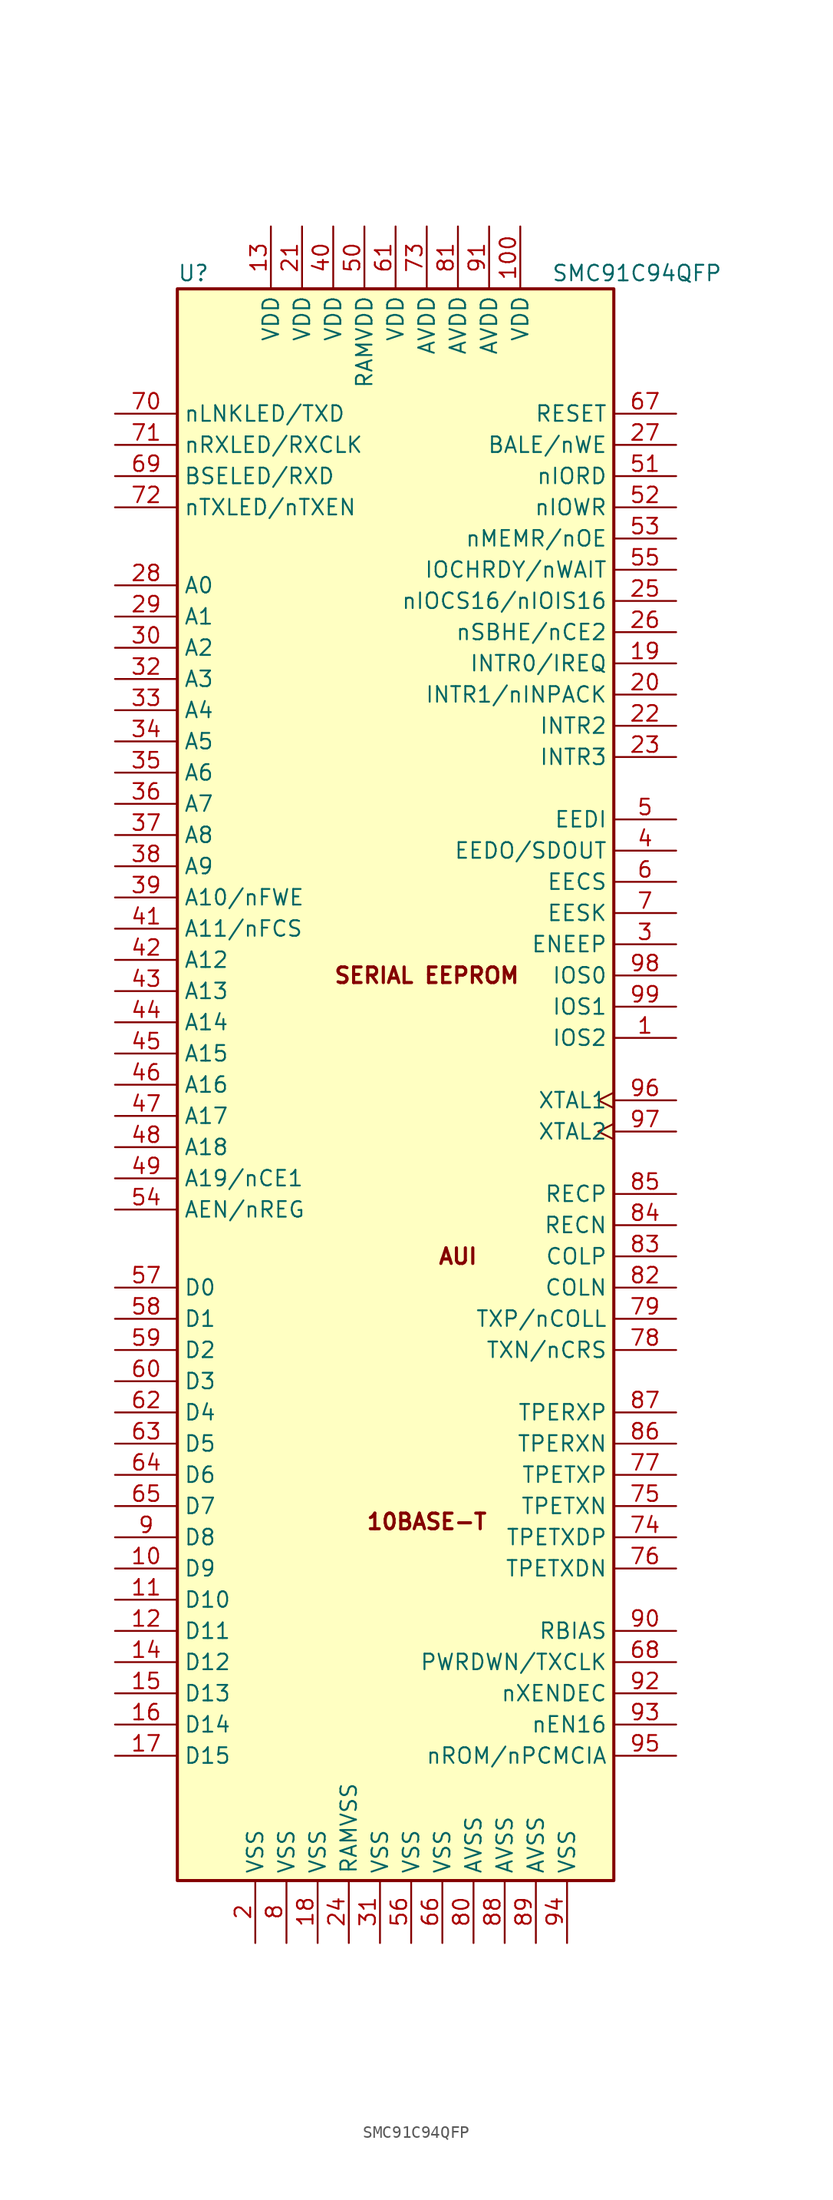
<source format=kicad_sym>
(kicad_symbol_lib
  (version 20231120)
  (generator "kicad_symbol_editor")
  (generator_version "8.0")
  (symbol "SMC91C94QFP"
    (property "Reference" "U"
      (at -17.78 64.77 0)
      (effects (font (size 1.27 1.27)) (justify left)))
    (property "Value" "SMC91C94QFP"
      (at 12.7 64.77 0)
      (effects (font (size 1.27 1.27)) (justify left)))
    (symbol "SMC91C94QFP_0_0"
      (text "10BASE-T" (at 2.54 -36.83 0) (effects (font (size 1.27 1.27) (bold yes))))
      (text "AUI" (at 5.08 -15.24 0) (effects (font (size 1.27 1.27) (bold yes))))
      (text "SERIAL EEPROM" (at 2.54 7.62 0) (effects (font (size 1.27 1.27) (bold yes)))))
    (symbol "SMC91C94QFP_0_1"
      (rectangle (start -17.78 -66.04) (end 17.78 63.5) (stroke (width 0.254) (type default)) (fill (type background))))
    (symbol "SMC91C94QFP_1_1"
      (pin input line (at 22.86 2.54 180) (length 5.08) (name "IOS2" (effects (font (size 1.27 1.27)))) (number "1" (effects (font (size 1.27 1.27)))))
      (pin bidirectional line (at -22.86 -40.64 0) (length 5.08) (name "D9" (effects (font (size 1.27 1.27)))) (number "10" (effects (font (size 1.27 1.27)))))
      (pin power_in line (at 10.16 68.58 270) (length 5.08) (name "VDD" (effects (font (size 1.27 1.27)))) (number "100" (effects (font (size 1.27 1.27)))))
      (pin bidirectional line (at -22.86 -43.18 0) (length 5.08) (name "D10" (effects (font (size 1.27 1.27)))) (number "11" (effects (font (size 1.27 1.27)))))
      (pin bidirectional line (at -22.86 -45.72 0) (length 5.08) (name "D11" (effects (font (size 1.27 1.27)))) (number "12" (effects (font (size 1.27 1.27)))))
      (pin power_in line (at -10.16 68.58 270) (length 5.08) (name "VDD" (effects (font (size 1.27 1.27)))) (number "13" (effects (font (size 1.27 1.27)))))
      (pin bidirectional line (at -22.86 -48.26 0) (length 5.08) (name "D12" (effects (font (size 1.27 1.27)))) (number "14" (effects (font (size 1.27 1.27)))))
      (pin bidirectional line (at -22.86 -50.8 0) (length 5.08) (name "D13" (effects (font (size 1.27 1.27)))) (number "15" (effects (font (size 1.27 1.27)))))
      (pin bidirectional line (at -22.86 -53.34 0) (length 5.08) (name "D14" (effects (font (size 1.27 1.27)))) (number "16" (effects (font (size 1.27 1.27)))))
      (pin bidirectional line (at -22.86 -55.88 0) (length 5.08) (name "D15" (effects (font (size 1.27 1.27)))) (number "17" (effects (font (size 1.27 1.27)))))
      (pin power_in line (at -6.35 -71.12 90) (length 5.08) (name "VSS" (effects (font (size 1.27 1.27)))) (number "18" (effects (font (size 1.27 1.27)))))
      (pin output line (at 22.86 33.02 180) (length 5.08) (name "INTR0/IREQ" (effects (font (size 1.27 1.27)))) (number "19" (effects (font (size 1.27 1.27)))))
      (pin power_in line (at -11.43 -71.12 90) (length 5.08) (name "VSS" (effects (font (size 1.27 1.27)))) (number "2" (effects (font (size 1.27 1.27)))))
      (pin output line (at 22.86 30.48 180) (length 5.08) (name "INTR1/nINPACK" (effects (font (size 1.27 1.27)))) (number "20" (effects (font (size 1.27 1.27)))))
      (pin power_in line (at -7.62 68.58 270) (length 5.08) (name "VDD" (effects (font (size 1.27 1.27)))) (number "21" (effects (font (size 1.27 1.27)))))
      (pin output line (at 22.86 27.94 180) (length 5.08) (name "INTR2" (effects (font (size 1.27 1.27)))) (number "22" (effects (font (size 1.27 1.27)))))
      (pin output line (at 22.86 25.4 180) (length 5.08) (name "INTR3" (effects (font (size 1.27 1.27)))) (number "23" (effects (font (size 1.27 1.27)))))
      (pin power_in line (at -3.81 -71.12 90) (length 5.08) (name "RAMVSS" (effects (font (size 1.27 1.27)))) (number "24" (effects (font (size 1.27 1.27)))))
      (pin output line (at 22.86 38.1 180) (length 5.08) (name "nIOCS16/nIOIS16" (effects (font (size 1.27 1.27)))) (number "25" (effects (font (size 1.27 1.27)))))
      (pin input line (at 22.86 35.56 180) (length 5.08) (name "nSBHE/nCE2" (effects (font (size 1.27 1.27)))) (number "26" (effects (font (size 1.27 1.27)))))
      (pin input line (at 22.86 50.8 180) (length 5.08) (name "BALE/nWE" (effects (font (size 1.27 1.27)))) (number "27" (effects (font (size 1.27 1.27)))))
      (pin input line (at -22.86 39.37 0) (length 5.08) (name "A0" (effects (font (size 1.27 1.27)))) (number "28" (effects (font (size 1.27 1.27)))))
      (pin input line (at -22.86 36.83 0) (length 5.08) (name "A1" (effects (font (size 1.27 1.27)))) (number "29" (effects (font (size 1.27 1.27)))))
      (pin input line (at 22.86 10.16 180) (length 5.08) (name "ENEEP" (effects (font (size 1.27 1.27)))) (number "3" (effects (font (size 1.27 1.27)))))
      (pin input line (at -22.86 34.29 0) (length 5.08) (name "A2" (effects (font (size 1.27 1.27)))) (number "30" (effects (font (size 1.27 1.27)))))
      (pin power_in line (at -1.27 -71.12 90) (length 5.08) (name "VSS" (effects (font (size 1.27 1.27)))) (number "31" (effects (font (size 1.27 1.27)))))
      (pin input line (at -22.86 31.75 0) (length 5.08) (name "A3" (effects (font (size 1.27 1.27)))) (number "32" (effects (font (size 1.27 1.27)))))
      (pin input line (at -22.86 29.21 0) (length 5.08) (name "A4" (effects (font (size 1.27 1.27)))) (number "33" (effects (font (size 1.27 1.27)))))
      (pin input line (at -22.86 26.67 0) (length 5.08) (name "A5" (effects (font (size 1.27 1.27)))) (number "34" (effects (font (size 1.27 1.27)))))
      (pin input line (at -22.86 24.13 0) (length 5.08) (name "A6" (effects (font (size 1.27 1.27)))) (number "35" (effects (font (size 1.27 1.27)))))
      (pin input line (at -22.86 21.59 0) (length 5.08) (name "A7" (effects (font (size 1.27 1.27)))) (number "36" (effects (font (size 1.27 1.27)))))
      (pin input line (at -22.86 19.05 0) (length 5.08) (name "A8" (effects (font (size 1.27 1.27)))) (number "37" (effects (font (size 1.27 1.27)))))
      (pin input line (at -22.86 16.51 0) (length 5.08) (name "A9" (effects (font (size 1.27 1.27)))) (number "38" (effects (font (size 1.27 1.27)))))
      (pin bidirectional line (at -22.86 13.97 0) (length 5.08) (name "A10/nFWE" (effects (font (size 1.27 1.27)))) (number "39" (effects (font (size 1.27 1.27)))))
      (pin output line (at 22.86 17.78 180) (length 5.08) (name "EEDO/SDOUT" (effects (font (size 1.27 1.27)))) (number "4" (effects (font (size 1.27 1.27)))))
      (pin power_in line (at -5.08 68.58 270) (length 5.08) (name "VDD" (effects (font (size 1.27 1.27)))) (number "40" (effects (font (size 1.27 1.27)))))
      (pin bidirectional line (at -22.86 11.43 0) (length 5.08) (name "A11/nFCS" (effects (font (size 1.27 1.27)))) (number "41" (effects (font (size 1.27 1.27)))))
      (pin input line (at -22.86 8.89 0) (length 5.08) (name "A12" (effects (font (size 1.27 1.27)))) (number "42" (effects (font (size 1.27 1.27)))))
      (pin input line (at -22.86 6.35 0) (length 5.08) (name "A13" (effects (font (size 1.27 1.27)))) (number "43" (effects (font (size 1.27 1.27)))))
      (pin input line (at -22.86 3.81 0) (length 5.08) (name "A14" (effects (font (size 1.27 1.27)))) (number "44" (effects (font (size 1.27 1.27)))))
      (pin input line (at -22.86 1.27 0) (length 5.08) (name "A15" (effects (font (size 1.27 1.27)))) (number "45" (effects (font (size 1.27 1.27)))))
      (pin input line (at -22.86 -1.27 0) (length 5.08) (name "A16" (effects (font (size 1.27 1.27)))) (number "46" (effects (font (size 1.27 1.27)))))
      (pin input line (at -22.86 -3.81 0) (length 5.08) (name "A17" (effects (font (size 1.27 1.27)))) (number "47" (effects (font (size 1.27 1.27)))))
      (pin input line (at -22.86 -6.35 0) (length 5.08) (name "A18" (effects (font (size 1.27 1.27)))) (number "48" (effects (font (size 1.27 1.27)))))
      (pin input line (at -22.86 -8.89 0) (length 5.08) (name "A19/nCE1" (effects (font (size 1.27 1.27)))) (number "49" (effects (font (size 1.27 1.27)))))
      (pin input line (at 22.86 20.32 180) (length 5.08) (name "EEDI" (effects (font (size 1.27 1.27)))) (number "5" (effects (font (size 1.27 1.27)))))
      (pin power_in line (at -2.54 68.58 270) (length 5.08) (name "RAMVDD" (effects (font (size 1.27 1.27)))) (number "50" (effects (font (size 1.27 1.27)))))
      (pin input line (at 22.86 48.26 180) (length 5.08) (name "nIORD" (effects (font (size 1.27 1.27)))) (number "51" (effects (font (size 1.27 1.27)))))
      (pin input line (at 22.86 45.72 180) (length 5.08) (name "nIOWR" (effects (font (size 1.27 1.27)))) (number "52" (effects (font (size 1.27 1.27)))))
      (pin input line (at 22.86 43.18 180) (length 5.08) (name "nMEMR/nOE" (effects (font (size 1.27 1.27)))) (number "53" (effects (font (size 1.27 1.27)))))
      (pin input line (at -22.86 -11.43 0) (length 5.08) (name "AEN/nREG" (effects (font (size 1.27 1.27)))) (number "54" (effects (font (size 1.27 1.27)))))
      (pin output line (at 22.86 40.64 180) (length 5.08) (name "IOCHRDY/nWAIT" (effects (font (size 1.27 1.27)))) (number "55" (effects (font (size 1.27 1.27)))))
      (pin power_in line (at 1.27 -71.12 90) (length 5.08) (name "VSS" (effects (font (size 1.27 1.27)))) (number "56" (effects (font (size 1.27 1.27)))))
      (pin bidirectional line (at -22.86 -17.78 0) (length 5.08) (name "D0" (effects (font (size 1.27 1.27)))) (number "57" (effects (font (size 1.27 1.27)))))
      (pin bidirectional line (at -22.86 -20.32 0) (length 5.08) (name "D1" (effects (font (size 1.27 1.27)))) (number "58" (effects (font (size 1.27 1.27)))))
      (pin bidirectional line (at -22.86 -22.86 0) (length 5.08) (name "D2" (effects (font (size 1.27 1.27)))) (number "59" (effects (font (size 1.27 1.27)))))
      (pin output line (at 22.86 15.24 180) (length 5.08) (name "EECS" (effects (font (size 1.27 1.27)))) (number "6" (effects (font (size 1.27 1.27)))))
      (pin bidirectional line (at -22.86 -25.4 0) (length 5.08) (name "D3" (effects (font (size 1.27 1.27)))) (number "60" (effects (font (size 1.27 1.27)))))
      (pin power_in line (at 0 68.58 270) (length 5.08) (name "VDD" (effects (font (size 1.27 1.27)))) (number "61" (effects (font (size 1.27 1.27)))))
      (pin bidirectional line (at -22.86 -27.94 0) (length 5.08) (name "D4" (effects (font (size 1.27 1.27)))) (number "62" (effects (font (size 1.27 1.27)))))
      (pin bidirectional line (at -22.86 -30.48 0) (length 5.08) (name "D5" (effects (font (size 1.27 1.27)))) (number "63" (effects (font (size 1.27 1.27)))))
      (pin bidirectional line (at -22.86 -33.02 0) (length 5.08) (name "D6" (effects (font (size 1.27 1.27)))) (number "64" (effects (font (size 1.27 1.27)))))
      (pin bidirectional line (at -22.86 -35.56 0) (length 5.08) (name "D7" (effects (font (size 1.27 1.27)))) (number "65" (effects (font (size 1.27 1.27)))))
      (pin power_in line (at 3.81 -71.12 90) (length 5.08) (name "VSS" (effects (font (size 1.27 1.27)))) (number "66" (effects (font (size 1.27 1.27)))))
      (pin input line (at 22.86 53.34 180) (length 5.08) (name "RESET" (effects (font (size 1.27 1.27)))) (number "67" (effects (font (size 1.27 1.27)))))
      (pin input line (at 22.86 -48.26 180) (length 5.08) (name "PWRDWN/TXCLK" (effects (font (size 1.27 1.27)))) (number "68" (effects (font (size 1.27 1.27)))))
      (pin bidirectional line (at -22.86 48.26 0) (length 5.08) (name "BSELED/RXD" (effects (font (size 1.27 1.27)))) (number "69" (effects (font (size 1.27 1.27)))))
      (pin output line (at 22.86 12.7 180) (length 5.08) (name "EESK" (effects (font (size 1.27 1.27)))) (number "7" (effects (font (size 1.27 1.27)))))
      (pin output line (at -22.86 53.34 0) (length 5.08) (name "nLNKLED/TXD" (effects (font (size 1.27 1.27)))) (number "70" (effects (font (size 1.27 1.27)))))
      (pin bidirectional line (at -22.86 50.8 0) (length 5.08) (name "nRXLED/RXCLK" (effects (font (size 1.27 1.27)))) (number "71" (effects (font (size 1.27 1.27)))))
      (pin output line (at -22.86 45.72 0) (length 5.08) (name "nTXLED/nTXEN" (effects (font (size 1.27 1.27)))) (number "72" (effects (font (size 1.27 1.27)))))
      (pin power_in line (at 2.54 68.58 270) (length 5.08) (name "AVDD" (effects (font (size 1.27 1.27)))) (number "73" (effects (font (size 1.27 1.27)))))
      (pin output line (at 22.86 -38.1 180) (length 5.08) (name "TPETXDP" (effects (font (size 1.27 1.27)))) (number "74" (effects (font (size 1.27 1.27)))))
      (pin output line (at 22.86 -35.56 180) (length 5.08) (name "TPETXN" (effects (font (size 1.27 1.27)))) (number "75" (effects (font (size 1.27 1.27)))))
      (pin output line (at 22.86 -40.64 180) (length 5.08) (name "TPETXDN" (effects (font (size 1.27 1.27)))) (number "76" (effects (font (size 1.27 1.27)))))
      (pin output line (at 22.86 -33.02 180) (length 5.08) (name "TPETXP" (effects (font (size 1.27 1.27)))) (number "77" (effects (font (size 1.27 1.27)))))
      (pin bidirectional line (at 22.86 -22.86 180) (length 5.08) (name "TXN/nCRS" (effects (font (size 1.27 1.27)))) (number "78" (effects (font (size 1.27 1.27)))))
      (pin bidirectional line (at 22.86 -20.32 180) (length 5.08) (name "TXP/nCOLL" (effects (font (size 1.27 1.27)))) (number "79" (effects (font (size 1.27 1.27)))))
      (pin power_in line (at -8.89 -71.12 90) (length 5.08) (name "VSS" (effects (font (size 1.27 1.27)))) (number "8" (effects (font (size 1.27 1.27)))))
      (pin power_in line (at 6.35 -71.12 90) (length 5.08) (name "AVSS" (effects (font (size 1.27 1.27)))) (number "80" (effects (font (size 1.27 1.27)))))
      (pin power_in line (at 5.08 68.58 270) (length 5.08) (name "AVDD" (effects (font (size 1.27 1.27)))) (number "81" (effects (font (size 1.27 1.27)))))
      (pin input line (at 22.86 -17.78 180) (length 5.08) (name "COLN" (effects (font (size 1.27 1.27)))) (number "82" (effects (font (size 1.27 1.27)))))
      (pin input line (at 22.86 -15.24 180) (length 5.08) (name "COLP" (effects (font (size 1.27 1.27)))) (number "83" (effects (font (size 1.27 1.27)))))
      (pin input line (at 22.86 -12.7 180) (length 5.08) (name "RECN" (effects (font (size 1.27 1.27)))) (number "84" (effects (font (size 1.27 1.27)))))
      (pin input line (at 22.86 -10.16 180) (length 5.08) (name "RECP" (effects (font (size 1.27 1.27)))) (number "85" (effects (font (size 1.27 1.27)))))
      (pin input line (at 22.86 -30.48 180) (length 5.08) (name "TPERXN" (effects (font (size 1.27 1.27)))) (number "86" (effects (font (size 1.27 1.27)))))
      (pin input line (at 22.86 -27.94 180) (length 5.08) (name "TPERXP" (effects (font (size 1.27 1.27)))) (number "87" (effects (font (size 1.27 1.27)))))
      (pin bidirectional line (at 8.89 -71.12 90) (length 5.08) (name "AVSS" (effects (font (size 1.27 1.27)))) (number "88" (effects (font (size 1.27 1.27)))))
      (pin power_in line (at 11.43 -71.12 90) (length 5.08) (name "AVSS" (effects (font (size 1.27 1.27)))) (number "89" (effects (font (size 1.27 1.27)))))
      (pin bidirectional line (at -22.86 -38.1 0) (length 5.08) (name "D8" (effects (font (size 1.27 1.27)))) (number "9" (effects (font (size 1.27 1.27)))))
      (pin power_in line (at 22.86 -45.72 180) (length 5.08) (name "RBIAS" (effects (font (size 1.27 1.27)))) (number "90" (effects (font (size 1.27 1.27)))))
      (pin power_in line (at 7.62 68.58 270) (length 5.08) (name "AVDD" (effects (font (size 1.27 1.27)))) (number "91" (effects (font (size 1.27 1.27)))))
      (pin input line (at 22.86 -50.8 180) (length 5.08) (name "nXENDEC" (effects (font (size 1.27 1.27)))) (number "92" (effects (font (size 1.27 1.27)))))
      (pin input line (at 22.86 -53.34 180) (length 5.08) (name "nEN16" (effects (font (size 1.27 1.27)))) (number "93" (effects (font (size 1.27 1.27)))))
      (pin power_in line (at 13.97 -71.12 90) (length 5.08) (name "VSS" (effects (font (size 1.27 1.27)))) (number "94" (effects (font (size 1.27 1.27)))))
      (pin bidirectional line (at 22.86 -55.88 180) (length 5.08) (name "nROM/nPCMCIA" (effects (font (size 1.27 1.27)))) (number "95" (effects (font (size 1.27 1.27)))))
      (pin input clock (at 22.86 -2.54 180) (length 5.08) (name "XTAL1" (effects (font (size 1.27 1.27)))) (number "96" (effects (font (size 1.27 1.27)))))
      (pin input clock (at 22.86 -5.08 180) (length 5.08) (name "XTAL2" (effects (font (size 1.27 1.27)))) (number "97" (effects (font (size 1.27 1.27)))))
      (pin input line (at 22.86 7.62 180) (length 5.08) (name "IOS0" (effects (font (size 1.27 1.27)))) (number "98" (effects (font (size 1.27 1.27)))))
      (pin input line (at 22.86 5.08 180) (length 5.08) (name "IOS1" (effects (font (size 1.27 1.27)))) (number "99" (effects (font (size 1.27 1.27))))))))
</source>
